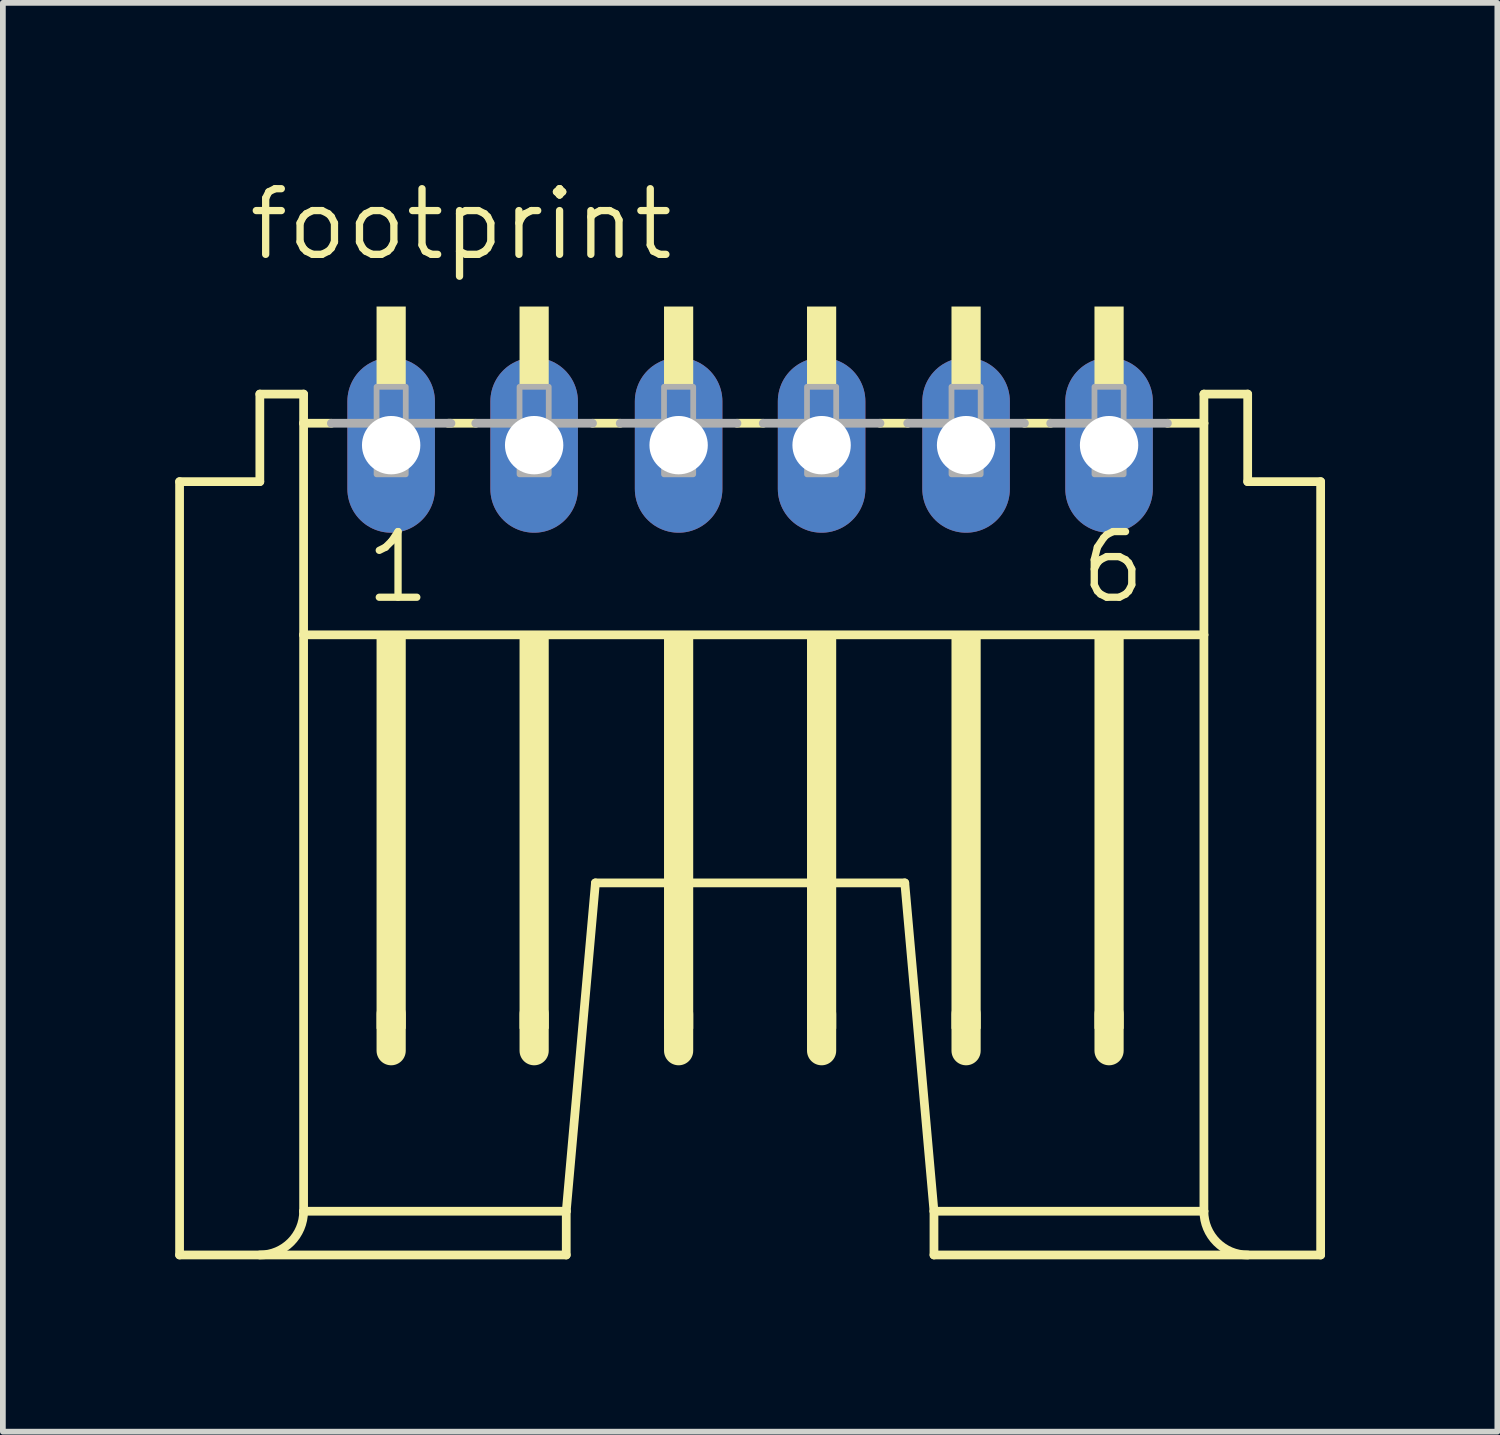
<source format=kicad_pcb>
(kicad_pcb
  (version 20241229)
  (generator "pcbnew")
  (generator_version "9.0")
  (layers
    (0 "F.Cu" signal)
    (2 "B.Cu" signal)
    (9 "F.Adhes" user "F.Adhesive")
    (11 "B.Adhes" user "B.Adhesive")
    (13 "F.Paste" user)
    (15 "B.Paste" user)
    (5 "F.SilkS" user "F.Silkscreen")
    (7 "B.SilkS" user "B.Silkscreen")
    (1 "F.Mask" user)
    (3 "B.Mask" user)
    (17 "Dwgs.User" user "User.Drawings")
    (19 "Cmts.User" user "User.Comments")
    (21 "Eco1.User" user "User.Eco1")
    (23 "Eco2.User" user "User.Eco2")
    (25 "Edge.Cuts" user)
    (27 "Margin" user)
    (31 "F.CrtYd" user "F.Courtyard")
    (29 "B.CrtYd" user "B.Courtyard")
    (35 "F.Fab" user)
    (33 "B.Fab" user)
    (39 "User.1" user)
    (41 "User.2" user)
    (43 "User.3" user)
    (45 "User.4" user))
  (footprint "footprint"
    (layer "F.Cu")
    (at 3.759 6.604)
    (property "Reference" "footprint" (at -2.54 -5.08 0) (layer "F.SilkS") (effects (font (size 1.143 1.143) (thickness 0.127)) (justify left bottom)))
    (fp_line (start -3.683 12.192) (end -3.683 -1.27) (stroke (width 0.152) (type solid)) (layer "F.SilkS"))
    (fp_line (start -3.683 12.192) (end 3.048 12.192) (stroke (width 0.152) (type solid)) (layer "F.SilkS"))
    (fp_line (start -2.286 -1.27) (end -3.683 -1.27) (stroke (width 0.152) (type solid)) (layer "F.SilkS"))
    (fp_line (start -2.286 -1.27) (end -2.286 -2.794) (stroke (width 0.152) (type solid)) (layer "F.SilkS"))
    (fp_line (start -1.524 -2.794) (end -2.286 -2.794) (stroke (width 0.152) (type solid)) (layer "F.SilkS"))
    (fp_line (start -1.524 -2.286) (end -1.524 -2.794) (stroke (width 0.152) (type solid)) (layer "F.SilkS"))
    (fp_line (start -1.524 1.397) (end -1.524 -2.286) (stroke (width 0.152) (type solid)) (layer "F.SilkS"))
    (fp_line (start -1.524 11.43) (end -1.524 1.397) (stroke (width 0.152) (type solid)) (layer "F.SilkS"))
    (fp_line (start -1.524 11.43) (end 3.048 11.43) (stroke (width 0.152) (type solid)) (layer "F.SilkS"))
    (fp_line (start -1.041 -2.286) (end -1.524 -2.286) (stroke (width 0.152) (type solid)) (layer "F.SilkS"))
    (fp_line (start 0 8.001) (end 0 8.636) (stroke (width 0.508) (type solid)) (layer "F.SilkS"))
    (fp_line (start 1.473 -2.286) (end 0.991 -2.286) (stroke (width 0.152) (type solid)) (layer "F.SilkS"))
    (fp_line (start 2.489 8.001) (end 2.489 8.636) (stroke (width 0.508) (type solid)) (layer "F.SilkS"))
    (fp_line (start 3.048 11.43) (end 3.556 5.715) (stroke (width 0.152) (type solid)) (layer "F.SilkS"))
    (fp_line (start 3.048 12.192) (end 3.048 11.43) (stroke (width 0.152) (type solid)) (layer "F.SilkS"))
    (fp_line (start 3.556 5.715) (end 8.941 5.715) (stroke (width 0.152) (type solid)) (layer "F.SilkS"))
    (fp_line (start 3.988 -2.286) (end 3.505 -2.286) (stroke (width 0.152) (type solid)) (layer "F.SilkS"))
    (fp_line (start 5.004 8.001) (end 5.004 8.636) (stroke (width 0.508) (type solid)) (layer "F.SilkS"))
    (fp_line (start 6.477 -2.286) (end 6.02 -2.286) (stroke (width 0.152) (type solid)) (layer "F.SilkS"))
    (fp_line (start 7.493 8.001) (end 7.493 8.636) (stroke (width 0.508) (type solid)) (layer "F.SilkS"))
    (fp_line (start 8.992 -2.286) (end 8.509 -2.286) (stroke (width 0.152) (type solid)) (layer "F.SilkS"))
    (fp_line (start 9.449 11.43) (end 8.941 5.715) (stroke (width 0.152) (type solid)) (layer "F.SilkS"))
    (fp_line (start 9.449 12.192) (end 9.449 11.43) (stroke (width 0.152) (type solid)) (layer "F.SilkS"))
    (fp_line (start 9.449 12.192) (end 16.18 12.192) (stroke (width 0.152) (type solid)) (layer "F.SilkS"))
    (fp_line (start 10.008 8.001) (end 10.008 8.636) (stroke (width 0.508) (type solid)) (layer "F.SilkS"))
    (fp_line (start 11.481 -2.286) (end 11.024 -2.286) (stroke (width 0.152) (type solid)) (layer "F.SilkS"))
    (fp_line (start 12.497 8.001) (end 12.497 8.636) (stroke (width 0.508) (type solid)) (layer "F.SilkS"))
    (fp_line (start 14.148 -2.794) (end 14.148 -2.286) (stroke (width 0.152) (type solid)) (layer "F.SilkS"))
    (fp_line (start 14.148 -2.286) (end 13.513 -2.286) (stroke (width 0.152) (type solid)) (layer "F.SilkS"))
    (fp_line (start 14.148 -2.286) (end 14.148 1.397) (stroke (width 0.152) (type solid)) (layer "F.SilkS"))
    (fp_line (start 14.148 1.397) (end -1.524 1.397) (stroke (width 0.152) (type solid)) (layer "F.SilkS"))
    (fp_line (start 14.148 1.397) (end 14.148 11.43) (stroke (width 0.152) (type solid)) (layer "F.SilkS"))
    (fp_line (start 14.148 11.43) (end 9.449 11.43) (stroke (width 0.152) (type solid)) (layer "F.SilkS"))
    (fp_line (start 14.91 -2.794) (end 14.148 -2.794) (stroke (width 0.152) (type solid)) (layer "F.SilkS"))
    (fp_line (start 14.91 -2.794) (end 14.91 -1.27) (stroke (width 0.152) (type solid)) (layer "F.SilkS"))
    (fp_line (start 16.18 -1.27) (end 14.91 -1.27) (stroke (width 0.152) (type solid)) (layer "F.SilkS"))
    (fp_line (start 16.18 -1.27) (end 16.18 12.192) (stroke (width 0.152) (type solid)) (layer "F.SilkS"))
    (fp_arc (start -1.524 11.43) (mid -1.747185 11.968815) (end -2.286 12.192) (stroke (width 0.1524) (type solid)) (layer "F.SilkS"))
    (fp_arc (start 14.9098 12.192) (mid 14.370985 11.968815) (end 14.1478 11.43) (stroke (width 0.1524) (type solid)) (layer "F.SilkS"))
    (fp_poly (pts (xy -0.254 -2.921) (xy 0.254 -2.921) (xy 0.254 -4.318) (xy -0.254 -4.318)) (stroke (width 0) (type solid)) (fill yes) (layer "F.SilkS"))
    (fp_poly (pts (xy -0.254 8.255) (xy 0.254 8.255) (xy 0.254 1.397) (xy -0.254 1.397)) (stroke (width 0) (type solid)) (fill yes) (layer "F.SilkS"))
    (fp_poly (pts (xy 2.235 -2.921) (xy 2.743 -2.921) (xy 2.743 -4.318) (xy 2.235 -4.318)) (stroke (width 0) (type solid)) (fill yes) (layer "F.SilkS"))
    (fp_poly (pts (xy 2.235 8.255) (xy 2.743 8.255) (xy 2.743 1.397) (xy 2.235 1.397)) (stroke (width 0) (type solid)) (fill yes) (layer "F.SilkS"))
    (fp_poly (pts (xy 4.75 -2.921) (xy 5.258 -2.921) (xy 5.258 -4.318) (xy 4.75 -4.318)) (stroke (width 0) (type solid)) (fill yes) (layer "F.SilkS"))
    (fp_poly (pts (xy 4.75 8.255) (xy 5.258 8.255) (xy 5.258 1.397) (xy 4.75 1.397)) (stroke (width 0) (type solid)) (fill yes) (layer "F.SilkS"))
    (fp_poly (pts (xy 7.239 -2.921) (xy 7.747 -2.921) (xy 7.747 -4.318) (xy 7.239 -4.318)) (stroke (width 0) (type solid)) (fill yes) (layer "F.SilkS"))
    (fp_poly (pts (xy 7.239 8.255) (xy 7.747 8.255) (xy 7.747 1.397) (xy 7.239 1.397)) (stroke (width 0) (type solid)) (fill yes) (layer "F.SilkS"))
    (fp_poly (pts (xy 9.754 -2.921) (xy 10.262 -2.921) (xy 10.262 -4.318) (xy 9.754 -4.318)) (stroke (width 0) (type solid)) (fill yes) (layer "F.SilkS"))
    (fp_poly (pts (xy 9.754 8.255) (xy 10.262 8.255) (xy 10.262 1.397) (xy 9.754 1.397)) (stroke (width 0) (type solid)) (fill yes) (layer "F.SilkS"))
    (fp_poly (pts (xy 12.243 -2.921) (xy 12.751 -2.921) (xy 12.751 -4.318) (xy 12.243 -4.318)) (stroke (width 0) (type solid)) (fill yes) (layer "F.SilkS"))
    (fp_poly (pts (xy 12.243 8.255) (xy 12.751 8.255) (xy 12.751 1.397) (xy 12.243 1.397)) (stroke (width 0) (type solid)) (fill yes) (layer "F.SilkS"))
    (fp_line (start -1.041 -2.286) (end 1.041 -2.286) (stroke (width 0.152) (type solid)) (layer "F.Fab"))
    (fp_line (start 1.473 -2.286) (end 3.505 -2.286) (stroke (width 0.152) (type solid)) (layer "F.Fab"))
    (fp_line (start 3.988 -2.286) (end 6.02 -2.286) (stroke (width 0.152) (type solid)) (layer "F.Fab"))
    (fp_line (start 6.477 -2.286) (end 8.509 -2.286) (stroke (width 0.152) (type solid)) (layer "F.Fab"))
    (fp_line (start 8.992 -2.286) (end 11.024 -2.286) (stroke (width 0.152) (type solid)) (layer "F.Fab"))
    (fp_line (start 11.481 -2.286) (end 13.513 -2.286) (stroke (width 0.152) (type solid)) (layer "F.Fab"))
    (fp_poly (pts (xy -0.254 -1.397) (xy 0.254 -1.397) (xy 0.254 -2.921) (xy -0.254 -2.921)) (stroke (width 0.1) (type solid)) (fill no) (layer "F.Fab"))
    (fp_poly (pts (xy 2.235 -1.397) (xy 2.743 -1.397) (xy 2.743 -2.921) (xy 2.235 -2.921)) (stroke (width 0.1) (type solid)) (fill no) (layer "F.Fab"))
    (fp_poly (pts (xy 4.75 -1.397) (xy 5.258 -1.397) (xy 5.258 -2.921) (xy 4.75 -2.921)) (stroke (width 0.1) (type solid)) (fill no) (layer "F.Fab"))
    (fp_poly (pts (xy 7.239 -1.397) (xy 7.747 -1.397) (xy 7.747 -2.921) (xy 7.239 -2.921)) (stroke (width 0.1) (type solid)) (fill no) (layer "F.Fab"))
    (fp_poly (pts (xy 9.754 -1.397) (xy 10.262 -1.397) (xy 10.262 -2.921) (xy 9.754 -2.921)) (stroke (width 0.1) (type solid)) (fill no) (layer "F.Fab"))
    (fp_poly (pts (xy 12.243 -1.397) (xy 12.751 -1.397) (xy 12.751 -2.921) (xy 12.243 -2.921)) (stroke (width 0.1) (type solid)) (fill no) (layer "F.Fab"))
    (fp_text user "6" (at 11.938 0.889 0) (layer "F.SilkS") (effects (font (size 1.143 1.143) (thickness 0.127)) (justify left bottom)))
    (fp_text user "1" (at -0.508 0.889 0) (layer "F.SilkS") (effects (font (size 1.143 1.143) (thickness 0.127)) (justify left bottom)))
    (pad "1" thru_hole oval (at 0 -1.905 90) (size 3.048 1.524) (drill 1.016) (layers "*.Cu" "*.Mask"))
    (pad "2" thru_hole oval (at 2.489 -1.905 90) (size 3.048 1.524) (drill 1.016) (layers "*.Cu" "*.Mask"))
    (pad "3" thru_hole oval (at 5.004 -1.905 90) (size 3.048 1.524) (drill 1.016) (layers "*.Cu" "*.Mask"))
    (pad "4" thru_hole oval (at 7.493 -1.905 90) (size 3.048 1.524) (drill 1.016) (layers "*.Cu" "*.Mask"))
    (pad "5" thru_hole oval (at 10.008 -1.905 90) (size 3.048 1.524) (drill 1.016) (layers "*.Cu" "*.Mask"))
    (pad "6" thru_hole oval (at 12.497 -1.905 90) (size 3.048 1.524) (drill 1.016) (layers "*.Cu" "*.Mask")))
  (gr_rect
    (start -3 -3)
    (end 23.015 21.872)
    (stroke (width 0.1) (type default))
    (fill no)
    (layer "Edge.Cuts")))
</source>
